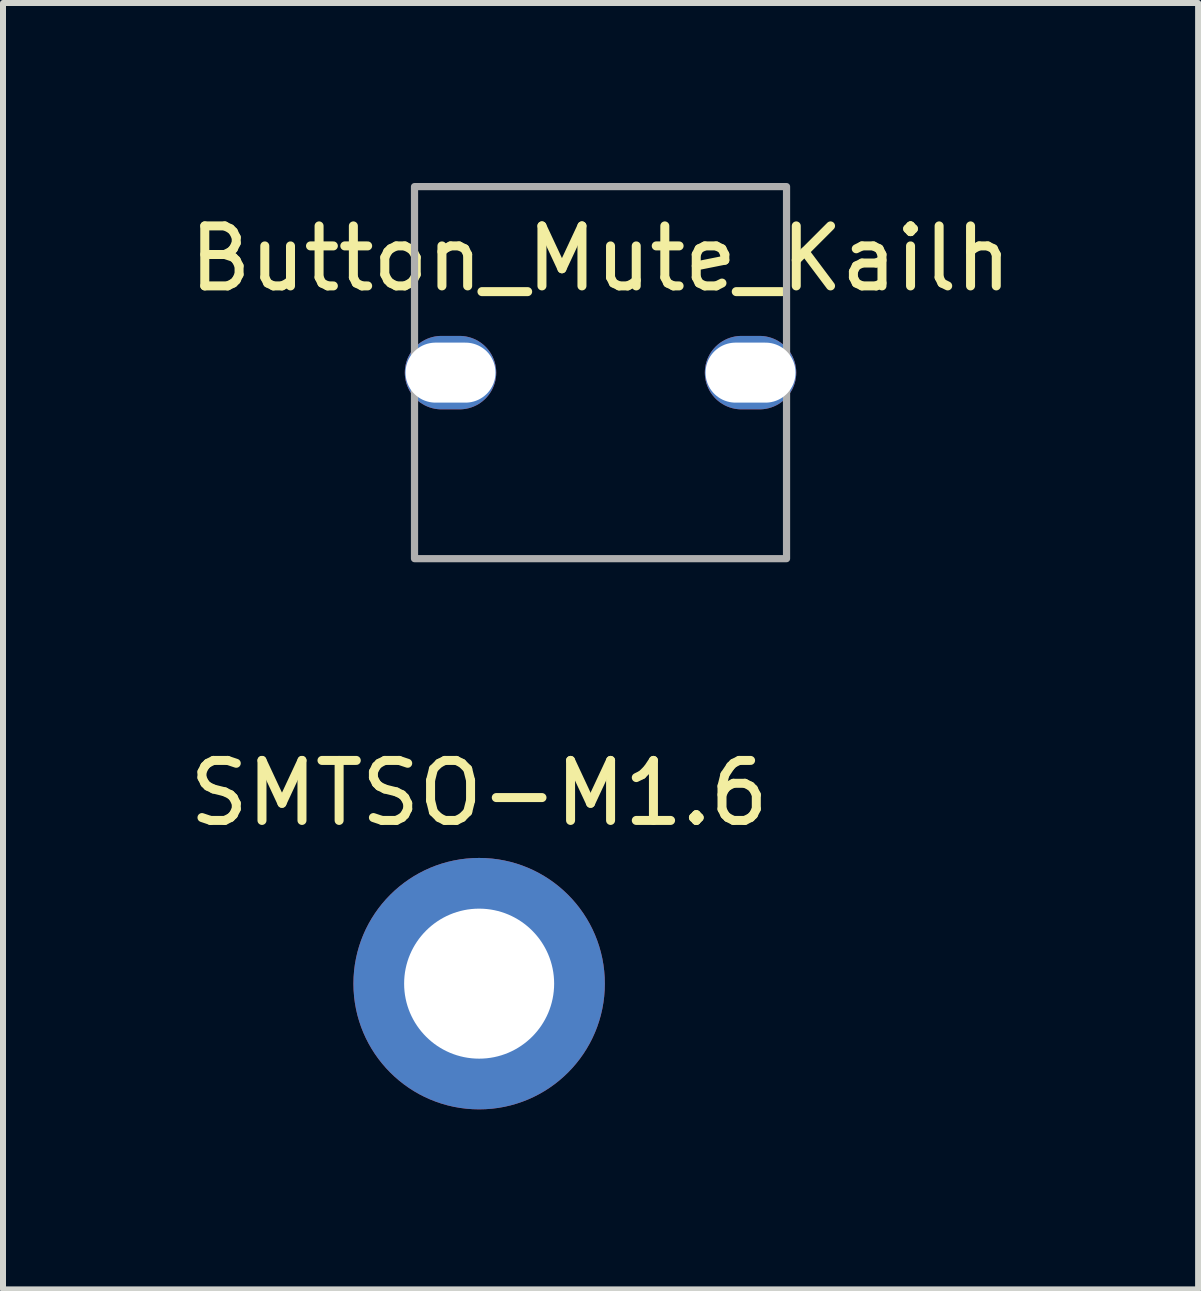
<source format=kicad_pcb>
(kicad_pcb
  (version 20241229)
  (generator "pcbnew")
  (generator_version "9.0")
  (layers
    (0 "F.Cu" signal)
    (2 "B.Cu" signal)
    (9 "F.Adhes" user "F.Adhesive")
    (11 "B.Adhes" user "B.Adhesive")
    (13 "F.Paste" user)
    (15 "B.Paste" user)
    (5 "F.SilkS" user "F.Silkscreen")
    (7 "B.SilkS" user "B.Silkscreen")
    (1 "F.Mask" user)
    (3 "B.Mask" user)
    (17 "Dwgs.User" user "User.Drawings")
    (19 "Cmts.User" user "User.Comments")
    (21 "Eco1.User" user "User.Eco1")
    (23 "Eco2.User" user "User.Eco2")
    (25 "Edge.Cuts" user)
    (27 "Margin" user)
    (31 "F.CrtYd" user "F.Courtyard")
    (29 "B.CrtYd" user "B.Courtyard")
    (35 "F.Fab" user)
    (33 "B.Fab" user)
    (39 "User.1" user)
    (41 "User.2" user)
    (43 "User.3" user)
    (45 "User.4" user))
  (footprint "Button_Mute_Kailh"
    (layer "F.Cu")
    (at 6.958 3.16)
    (property "Reference" "Button_Mute_Kailh" (at 0 -1.9 0) (unlocked yes) (layer "F.SilkS") (effects (font (size 1 1) (thickness 0.15))))
    (attr through_hole)
    (fp_rect (start -3.1 3.1) (end 3.1 -3.1) (stroke (width 0.12) (type solid)) (fill no) (layer "F.Fab"))
    (pad "1" thru_hole oval (at -2.5 0) (size 1.524 1.224) (drill oval 1.5 1) (layers "*.Cu" "*.Mask"))
    (pad "2" thru_hole oval (at 2.5 0) (size 1.524 1.224) (drill oval 1.5 1) (layers "*.Cu" "*.Mask")))
  (footprint "SMTSO-M1.6"
    (layer "F.Cu")
    (at 4.935 13.343)
    (property "Reference" "SMTSO-M1.6" (at 0 -3.175 0) (unlocked yes) (layer "F.SilkS") (effects (font (size 1 1) (thickness 0.15))))
    (attr through_hole)
    (fp_circle (center -1.65 0) (end -1.35 0) (stroke (width 0.12) (type solid)) (fill yes) (layer "F.Paste"))
    (fp_circle (center -1.2 -1.2) (end -0.9 -1.2) (stroke (width 0.12) (type solid)) (fill yes) (layer "F.Paste"))
    (fp_circle (center -1.2 1.15) (end -0.9 1.15) (stroke (width 0.12) (type solid)) (fill yes) (layer "F.Paste"))
    (fp_circle (center 0 -1.7) (end 0.3 -1.7) (stroke (width 0.12) (type solid)) (fill yes) (layer "F.Paste"))
    (fp_circle (center 0 1.65) (end 0.3 1.65) (stroke (width 0.12) (type solid)) (fill yes) (layer "F.Paste"))
    (fp_circle (center 1.2 -1.2) (end 1.5 -1.2) (stroke (width 0.12) (type solid)) (fill yes) (layer "F.Paste"))
    (fp_circle (center 1.2 1.15) (end 1.5 1.15) (stroke (width 0.12) (type solid)) (fill yes) (layer "F.Paste"))
    (fp_circle (center 1.65 0) (end 1.95 0) (stroke (width 0.12) (type solid)) (fill yes) (layer "F.Paste"))
    (pad "" thru_hole circle (at 0 0) (size 4.19 4.19) (drill 2.5) (layers "*.Cu" "F.Mask")))
  (gr_rect
    (start -3 -3)
    (end 16.917 18.438)
    (stroke (width 0.1) (type default))
    (fill no)
    (layer "Edge.Cuts")))
</source>
